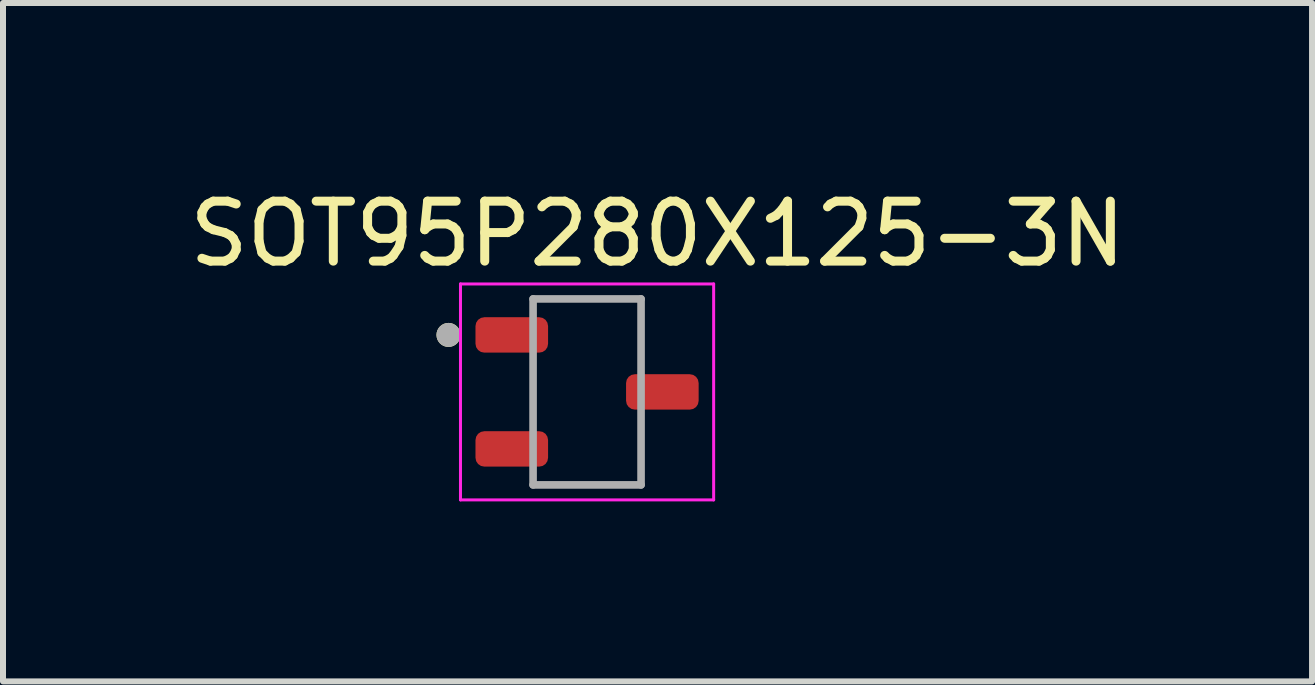
<source format=kicad_pcb>
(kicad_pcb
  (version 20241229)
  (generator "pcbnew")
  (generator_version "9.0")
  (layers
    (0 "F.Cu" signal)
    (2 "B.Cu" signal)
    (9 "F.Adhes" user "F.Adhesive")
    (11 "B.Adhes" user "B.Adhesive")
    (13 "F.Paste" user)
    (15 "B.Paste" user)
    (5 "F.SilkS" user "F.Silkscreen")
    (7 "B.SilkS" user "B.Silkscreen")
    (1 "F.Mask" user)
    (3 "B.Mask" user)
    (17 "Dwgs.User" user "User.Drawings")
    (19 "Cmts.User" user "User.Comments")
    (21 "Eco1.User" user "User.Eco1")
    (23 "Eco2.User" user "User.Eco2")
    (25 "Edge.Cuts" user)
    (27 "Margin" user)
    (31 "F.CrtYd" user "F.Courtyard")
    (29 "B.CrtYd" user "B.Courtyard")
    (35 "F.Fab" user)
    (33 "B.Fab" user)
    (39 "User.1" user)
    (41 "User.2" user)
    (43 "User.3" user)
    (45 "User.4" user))
  (footprint "SOT95P280X125-3N"
    (layer "F.Cu")
    (at 6.736 3.483)
    (property "Reference" "SOT95P280X125-3N" (at 1.175 -2.635 0) (layer "F.SilkS") (effects (font (size 1 1) (thickness 0.15))))
    (attr smd)
    (fp_circle (center -2.31 -0.95) (end -2.21 -0.95) (stroke (width 0.2) (type solid)) (fill no) (layer "F.SilkS"))
    (fp_line (start -2.11 -1.8) (end 2.11 -1.8) (stroke (width 0.05) (type solid)) (layer "F.CrtYd"))
    (fp_line (start -2.11 1.8) (end -2.11 -1.8) (stroke (width 0.05) (type solid)) (layer "F.CrtYd"))
    (fp_line (start 2.11 -1.8) (end 2.11 1.8) (stroke (width 0.05) (type solid)) (layer "F.CrtYd"))
    (fp_line (start 2.11 1.8) (end -2.11 1.8) (stroke (width 0.05) (type solid)) (layer "F.CrtYd"))
    (fp_line (start -0.9 -1.55) (end -0.9 1.55) (stroke (width 0.127) (type solid)) (layer "F.Fab"))
    (fp_line (start -0.9 1.55) (end 0.9 1.55) (stroke (width 0.127) (type solid)) (layer "F.Fab"))
    (fp_line (start 0.9 -1.55) (end -0.9 -1.55) (stroke (width 0.127) (type solid)) (layer "F.Fab"))
    (fp_line (start 0.9 1.55) (end 0.9 -1.55) (stroke (width 0.127) (type solid)) (layer "F.Fab"))
    (fp_circle (center -2.31 -0.95) (end -2.21 -0.95) (stroke (width 0.2) (type solid)) (fill no) (layer "F.Fab"))
    (pad "1" smd roundrect (at -1.255 -0.95) (size 1.21 0.59) (layers "F.Cu" "F.Mask" "F.Paste") (roundrect_rratio 0.25))
    (pad "2" smd roundrect (at -1.255 0.95) (size 1.21 0.59) (layers "F.Cu" "F.Mask" "F.Paste") (roundrect_rratio 0.25))
    (pad "3" smd roundrect (at 1.255 0) (size 1.21 0.59) (layers "F.Cu" "F.Mask" "F.Paste") (roundrect_rratio 0.25)))
  (gr_rect
    (start -3 -3)
    (end 18.821 8.308)
    (stroke (width 0.1) (type default))
    (fill no)
    (layer "Edge.Cuts")))
</source>
